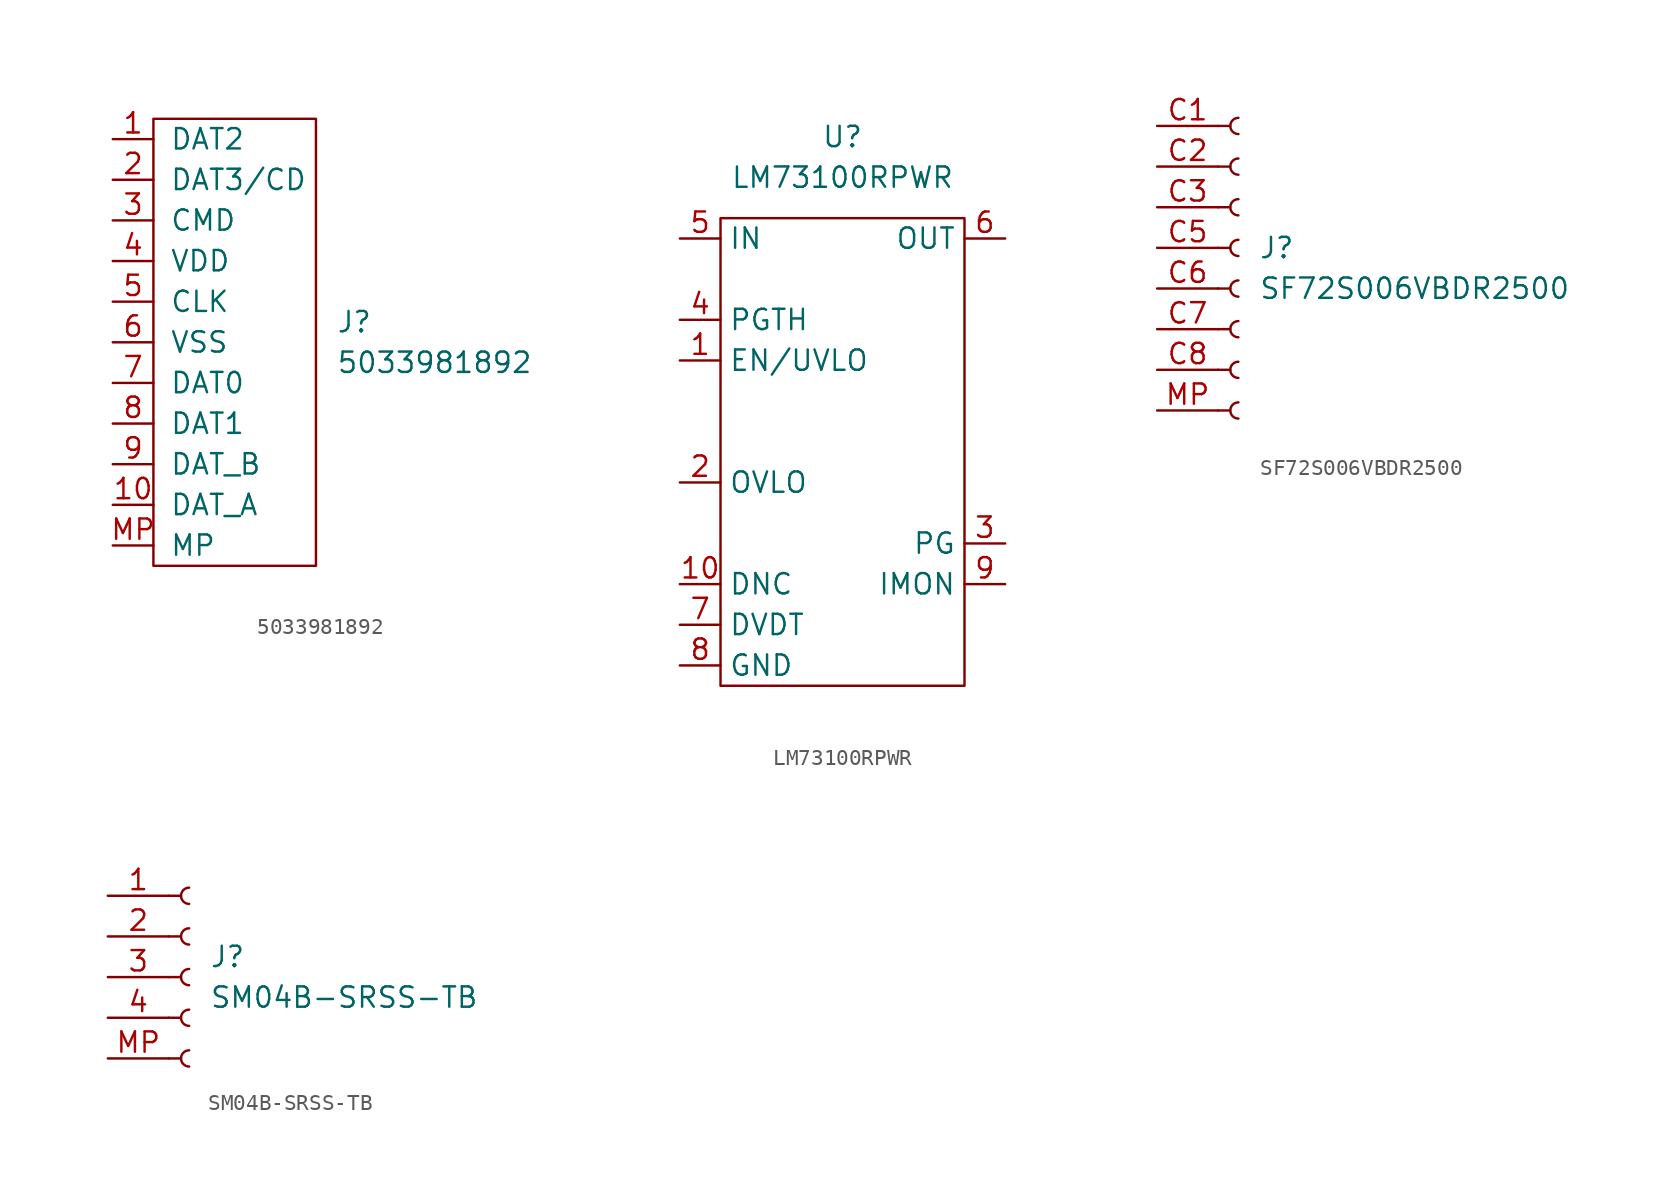
<source format=kicad_sym>
(kicad_symbol_lib
  (version 20241209)
  (generator "kicad_symbol_editor")
  (generator_version "9.0")
  (symbol "5033981892"
    (pin_names
      (offset 1.016))
    (property "Reference" "J"
      (at 6.35 -12.7 0)
      (effects (font (size 1.27 1.27)) (justify left)))
    (property "Value" "5033981892"
      (at 6.35 -15.24 0)
      (effects (font (size 1.27 1.27)) (justify left)))
    (symbol "5033981892_0_1"
      (rectangle (start -5.08 0) (end 5.08 -27.94) (stroke (width 0) (type default)) (fill (type none))))
    (symbol "5033981892_1_1"
      (pin passive line (at -7.62 -1.27 0) (length 2.54) (name "DAT2" (effects (font (size 1.27 1.27)))) (number "1" (effects (font (size 1.27 1.27)))))
      (pin passive line (at -7.62 -3.81 0) (length 2.54) (name "DAT3/CD" (effects (font (size 1.27 1.27)))) (number "2" (effects (font (size 1.27 1.27)))))
      (pin passive line (at -7.62 -6.35 0) (length 2.54) (name "CMD" (effects (font (size 1.27 1.27)))) (number "3" (effects (font (size 1.27 1.27)))))
      (pin passive line (at -7.62 -8.89 0) (length 2.54) (name "VDD" (effects (font (size 1.27 1.27)))) (number "4" (effects (font (size 1.27 1.27)))))
      (pin passive line (at -7.62 -11.43 0) (length 2.54) (name "CLK" (effects (font (size 1.27 1.27)))) (number "5" (effects (font (size 1.27 1.27)))))
      (pin passive line (at -7.62 -13.97 0) (length 2.54) (name "VSS" (effects (font (size 1.27 1.27)))) (number "6" (effects (font (size 1.27 1.27)))))
      (pin passive line (at -7.62 -16.51 0) (length 2.54) (name "DAT0" (effects (font (size 1.27 1.27)))) (number "7" (effects (font (size 1.27 1.27)))))
      (pin passive line (at -7.62 -19.05 0) (length 2.54) (name "DAT1" (effects (font (size 1.27 1.27)))) (number "8" (effects (font (size 1.27 1.27)))))
      (pin passive line (at -7.62 -21.59 0) (length 2.54) (name "DAT_B" (effects (font (size 1.27 1.27)))) (number "9" (effects (font (size 1.27 1.27)))))
      (pin passive line (at -7.62 -24.13 0) (length 2.54) (name "DAT_A" (effects (font (size 1.27 1.27)))) (number "10" (effects (font (size 1.27 1.27)))))
      (pin passive line (at -7.62 -26.67 0) (length 2.54) (name "MP" (effects (font (size 1.27 1.27)))) (number "MP" (effects (font (size 1.27 1.27)))))))
  (symbol "LM73100RPWR"
    (property "Reference" "U"
      (at 0 5.08 0)
      (effects (font (size 1.27 1.27))))
    (property "Value" "LM73100RPWR"
      (at 0 2.54 0)
      (effects (font (size 1.27 1.27))))
    (symbol "LM73100RPWR_0_0"
      (pin passive line (at -10.16 -1.27 0) (length 2.54) (name "IN" (effects (font (size 1.27 1.27)))) (number "5" (effects (font (size 1.27 1.27)))))
      (pin passive line (at -10.16 -6.35 0) (length 2.54) (name "PGTH" (effects (font (size 1.27 1.27)))) (number "4" (effects (font (size 1.27 1.27)))))
      (pin passive line (at -10.16 -8.89 0) (length 2.54) (name "EN/UVLO" (effects (font (size 1.27 1.27)))) (number "1" (effects (font (size 1.27 1.27)))))
      (pin passive line (at -10.16 -16.51 0) (length 2.54) (name "OVLO" (effects (font (size 1.27 1.27)))) (number "2" (effects (font (size 1.27 1.27)))))
      (pin passive line (at -10.16 -22.86 0) (length 2.54) (name "DNC" (effects (font (size 1.27 1.27)))) (number "10" (effects (font (size 1.27 1.27)))))
      (pin passive line (at -10.16 -25.4 0) (length 2.54) (name "DVDT" (effects (font (size 1.27 1.27)))) (number "7" (effects (font (size 1.27 1.27)))))
      (pin passive line (at -10.16 -27.94 0) (length 2.54) (name "GND" (effects (font (size 1.27 1.27)))) (number "8" (effects (font (size 1.27 1.27)))))
      (pin passive line (at 10.16 -1.27 180) (length 2.54) (name "OUT" (effects (font (size 1.27 1.27)))) (number "6" (effects (font (size 1.27 1.27)))))
      (pin passive line (at 10.16 -20.32 180) (length 2.54) (name "PG" (effects (font (size 1.27 1.27)))) (number "3" (effects (font (size 1.27 1.27)))))
      (pin passive line (at 10.16 -22.86 180) (length 2.54) (name "IMON" (effects (font (size 1.27 1.27)))) (number "9" (effects (font (size 1.27 1.27))))))
    (symbol "LM73100RPWR_0_1"
      (rectangle (start -7.62 0) (end 7.62 -29.21) (stroke (width 0) (type default)) (fill (type none)))))
  (symbol "SF72S006VBDR2500"
    (pin_names
      (offset 1.016)
      (hide yes))
    (property "Reference" "J"
      (at 1.27 0.0001 0)
      (effects (font (size 1.27 1.27)) (justify left)))
    (property "Value" "SF72S006VBDR2500"
      (at 1.27 -2.54 0)
      (effects (font (size 1.27 1.27)) (justify left)))
    (symbol "SF72S006VBDR2500_1_1"
      (polyline (pts (xy -1.27 7.62) (xy -0.508 7.62)) (stroke (width 0.152) (type default)) (fill (type none)))
      (polyline (pts (xy -1.27 5.08) (xy -0.508 5.08)) (stroke (width 0.152) (type default)) (fill (type none)))
      (polyline (pts (xy -1.27 2.54) (xy -0.508 2.54)) (stroke (width 0.152) (type default)) (fill (type none)))
      (polyline (pts (xy -1.27 0) (xy -0.508 0)) (stroke (width 0.152) (type default)) (fill (type none)))
      (polyline (pts (xy -1.27 -2.54) (xy -0.508 -2.54)) (stroke (width 0.152) (type default)) (fill (type none)))
      (polyline (pts (xy -1.27 -5.08) (xy -0.508 -5.08)) (stroke (width 0.152) (type default)) (fill (type none)))
      (polyline (pts (xy -1.27 -7.62) (xy -0.508 -7.62)) (stroke (width 0.152) (type default)) (fill (type none)))
      (polyline (pts (xy -1.27 -10.16) (xy -0.508 -10.16)) (stroke (width 0.152) (type default)) (fill (type none)))
      (arc (start 0 7.112) (mid -0.5058 7.62) (end 0 8.128) (stroke (width 0.1524) (type default)) (fill (type none)))
      (arc (start 0 4.572) (mid -0.5058 5.08) (end 0 5.588) (stroke (width 0.1524) (type default)) (fill (type none)))
      (arc (start 0 2.032) (mid -0.5058 2.54) (end 0 3.048) (stroke (width 0.1524) (type default)) (fill (type none)))
      (arc (start 0 -0.508) (mid -0.5058 0) (end 0 0.508) (stroke (width 0.1524) (type default)) (fill (type none)))
      (arc (start 0 -3.048) (mid -0.5058 -2.54) (end 0 -2.032) (stroke (width 0.1524) (type default)) (fill (type none)))
      (arc (start 0 -5.588) (mid -0.5058 -5.08) (end 0 -4.572) (stroke (width 0.1524) (type default)) (fill (type none)))
      (arc (start 0 -8.128) (mid -0.5058 -7.62) (end 0 -7.112) (stroke (width 0.1524) (type default)) (fill (type none)))
      (arc (start 0 -10.668) (mid -0.5058 -10.16) (end 0 -9.652) (stroke (width 0.1524) (type default)) (fill (type none)))
      (pin passive line (at -5.08 7.62 0) (length 3.81) (name "VCC" (effects (font (size 1.27 1.27)))) (number "C1" (effects (font (size 1.27 1.27)))))
      (pin passive line (at -5.08 5.08 0) (length 3.81) (name "RST" (effects (font (size 1.27 1.27)))) (number "C2" (effects (font (size 1.27 1.27)))))
      (pin passive line (at -5.08 2.54 0) (length 3.81) (name "CLK" (effects (font (size 1.27 1.27)))) (number "C3" (effects (font (size 1.27 1.27)))))
      (pin passive line (at -5.08 0 0) (length 3.81) (name "GND" (effects (font (size 1.27 1.27)))) (number "C5" (effects (font (size 1.27 1.27)))))
      (pin passive line (at -5.08 -2.54 0) (length 3.81) (name "NC" (effects (font (size 1.27 1.27)))) (number "C6" (effects (font (size 1.27 1.27)))))
      (pin passive line (at -5.08 -5.08 0) (length 3.81) (name "DATA" (effects (font (size 1.27 1.27)))) (number "C7" (effects (font (size 1.27 1.27)))))
      (pin passive line (at -5.08 -7.62 0) (length 3.81) (name "SW" (effects (font (size 1.27 1.27)))) (number "C8" (effects (font (size 1.27 1.27)))))
      (pin passive line (at -5.08 -10.16 0) (length 3.81) (name "MP" (effects (font (size 1.27 1.27)))) (number "MP" (effects (font (size 1.27 1.27)))))))
  (symbol "SM04B-SRSS-TB"
    (pin_names
      (offset 1.016)
      (hide yes))
    (property "Reference" "J"
      (at 1.27 1.27 0)
      (effects (font (size 1.27 1.27)) (justify left)))
    (property "Value" "SM04B-SRSS-TB"
      (at 1.27 -1.27 0)
      (effects (font (size 1.27 1.27)) (justify left)))
    (symbol "SM04B-SRSS-TB_1_1"
      (polyline (pts (xy -1.27 5.08) (xy -0.508 5.08)) (stroke (width 0.152) (type default)) (fill (type none)))
      (polyline (pts (xy -1.27 2.54) (xy -0.508 2.54)) (stroke (width 0.152) (type default)) (fill (type none)))
      (polyline (pts (xy -1.27 0) (xy -0.508 0)) (stroke (width 0.152) (type default)) (fill (type none)))
      (polyline (pts (xy -1.27 -2.54) (xy -0.508 -2.54)) (stroke (width 0.152) (type default)) (fill (type none)))
      (polyline (pts (xy -1.27 -5.08) (xy -0.508 -5.08)) (stroke (width 0.152) (type default)) (fill (type none)))
      (arc (start 0 4.572) (mid -0.5058 5.08) (end 0 5.588) (stroke (width 0.1524) (type default)) (fill (type none)))
      (arc (start 0 2.032) (mid -0.5058 2.54) (end 0 3.048) (stroke (width 0.1524) (type default)) (fill (type none)))
      (arc (start 0 -0.508) (mid -0.5058 0) (end 0 0.508) (stroke (width 0.1524) (type default)) (fill (type none)))
      (arc (start 0 -3.048) (mid -0.5058 -2.54) (end 0 -2.032) (stroke (width 0.1524) (type default)) (fill (type none)))
      (arc (start 0 -5.588) (mid -0.5058 -5.08) (end 0 -4.572) (stroke (width 0.1524) (type default)) (fill (type none)))
      (pin passive line (at -5.08 5.08 0) (length 3.81) (name "Pin_1" (effects (font (size 1.27 1.27)))) (number "1" (effects (font (size 1.27 1.27)))))
      (pin passive line (at -5.08 2.54 0) (length 3.81) (name "Pin_2" (effects (font (size 1.27 1.27)))) (number "2" (effects (font (size 1.27 1.27)))))
      (pin passive line (at -5.08 0 0) (length 3.81) (name "Pin_3" (effects (font (size 1.27 1.27)))) (number "3" (effects (font (size 1.27 1.27)))))
      (pin passive line (at -5.08 -2.54 0) (length 3.81) (name "Pin_4" (effects (font (size 1.27 1.27)))) (number "4" (effects (font (size 1.27 1.27)))))
      (pin passive line (at -5.08 -5.08 0) (length 3.81) (name "MP" (effects (font (size 1.27 1.27)))) (number "MP" (effects (font (size 1.27 1.27))))))))
</source>
